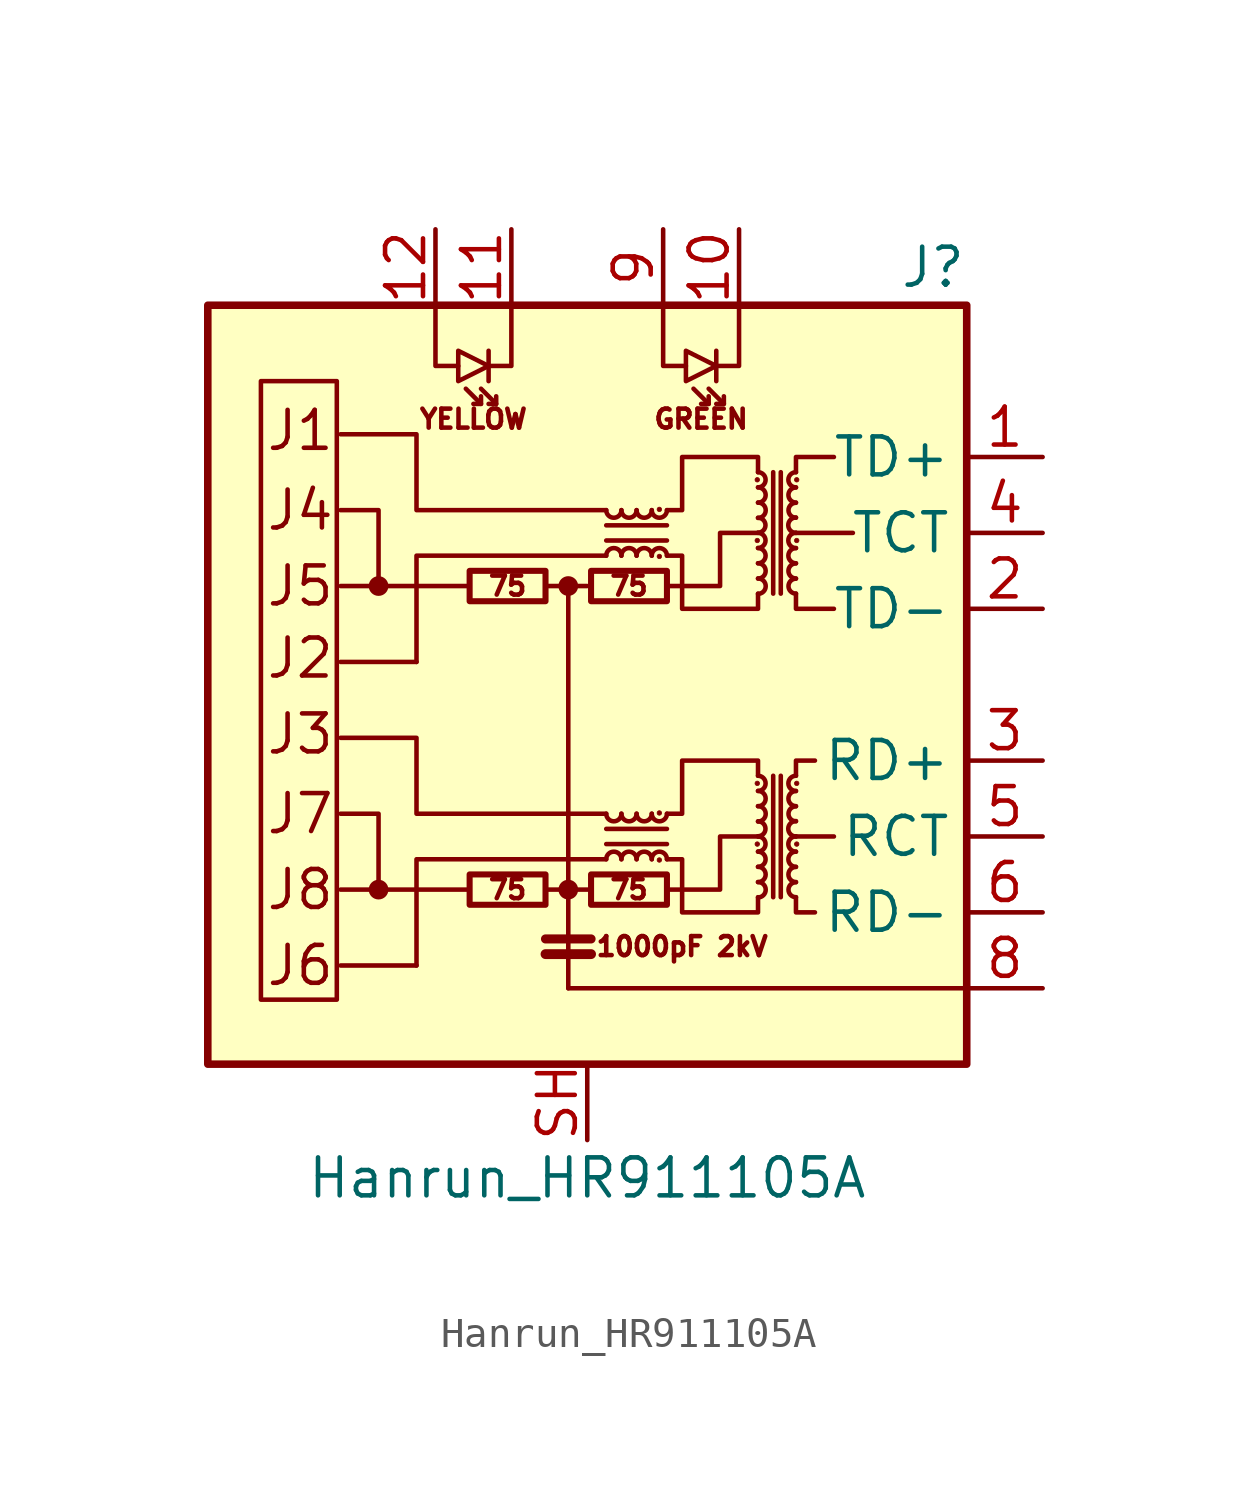
<source format=kicad_sym>
(kicad_symbol_lib
  (version 20231120)
  (generator "kicad_symbol_editor")
  (generator_version "8.0")
  (symbol "Hanrun_HR911105A"
    (property "Reference" "J"
      (at 12.7 13.97 0)
      (effects (font (size 1.27 1.27)) (justify right)))
    (property "Value" "Hanrun_HR911105A"
      (at 0 -16.51 0)
      (effects (font (size 1.27 1.27))))
    (symbol "Hanrun_HR911105A_0_0"
      (rectangle (start -12.7 12.7) (end 12.7 -12.7) (stroke (width 0.254) (type solid)) (fill (type background)))
      (polyline (pts (xy -3.937 -6.858) (xy -8.255 -6.858)) (stroke (width 0) (type solid)) (fill (type none)))
      (polyline (pts (xy -3.937 3.302) (xy -8.255 3.302)) (stroke (width 0) (type solid)) (fill (type none)))
      (polyline (pts (xy -0.635 -10.16) (xy 12.7 -10.16)) (stroke (width 0) (type solid)) (fill (type none)))
      (polyline (pts (xy 8.255 -5.08) (xy 6.985 -5.08)) (stroke (width 0) (type solid)) (fill (type none)))
      (polyline (pts (xy 8.89 5.08) (xy 6.985 5.08)) (stroke (width 0) (type solid)) (fill (type none)))
      (polyline (pts (xy 0.635 -4.318) (xy -5.715 -4.318) (xy -5.715 -1.778) (xy -8.255 -1.778)) (stroke (width 0) (type solid)) (fill (type none)))
      (polyline (pts (xy 0.635 5.842) (xy -5.715 5.842) (xy -5.715 8.382) (xy -8.255 8.382)) (stroke (width 0) (type solid)) (fill (type none)))
      (polyline (pts (xy 2.667 -6.858) (xy 4.445 -6.858) (xy 4.445 -5.08) (xy 5.715 -5.08)) (stroke (width 0) (type solid)) (fill (type none)))
      (polyline (pts (xy 2.667 3.302) (xy 4.445 3.302) (xy 4.445 5.08) (xy 5.715 5.08)) (stroke (width 0) (type solid)) (fill (type none)))
      (text "1000pF 2kV" (at 3.175 -8.763 0) (effects (font (size 0.635 0.635))))
      (text "75" (at -2.667 -6.858 0) (effects (font (size 0.635 0.635))))
      (text "75" (at -2.667 3.302 0) (effects (font (size 0.635 0.635))))
      (text "75" (at 1.397 -6.858 0) (effects (font (size 0.635 0.635))))
      (text "75" (at 1.397 3.302 0) (effects (font (size 0.635 0.635))))
      (text "GREEN" (at 3.81 8.89 0) (effects (font (size 0.635 0.635))))
      (text "J1" (at -10.795 8.509 0) (effects (font (size 1.27 1.27)) (justify left)))
      (text "J2" (at -10.795 0.889 0) (effects (font (size 1.27 1.27)) (justify left)))
      (text "J3" (at -10.795 -1.651 0) (effects (font (size 1.27 1.27)) (justify left)))
      (text "J4" (at -10.795 5.842 0) (effects (font (size 1.27 1.27)) (justify left)))
      (text "J5" (at -10.795 3.302 0) (effects (font (size 1.27 1.27)) (justify left)))
      (text "J6" (at -10.795 -9.398 0) (effects (font (size 1.27 1.27)) (justify left)))
      (text "J7" (at -10.795 -4.318 0) (effects (font (size 1.27 1.27)) (justify left)))
      (text "J8" (at -10.795 -6.858 0) (effects (font (size 1.27 1.27)) (justify left)))
      (text "YELLOW" (at -3.81 8.89 0) (effects (font (size 0.635 0.635)))))
    (symbol "Hanrun_HR911105A_0_1"
      (rectangle (start -8.382 -10.541) (end -10.922 10.16) (stroke (width 0) (type solid)) (fill (type none)))
      (circle (center -6.985 -6.858) (radius 0.254) (stroke (width 0) (type solid)) (fill (type outline)))
      (circle (center -6.985 3.302) (radius 0.254) (stroke (width 0) (type solid)) (fill (type outline)))
      (rectangle (start -3.937 -7.366) (end -1.397 -6.35) (stroke (width 0.203) (type solid)) (fill (type none)))
      (rectangle (start -3.937 2.794) (end -1.397 3.81) (stroke (width 0.203) (type solid)) (fill (type none)))
      (circle (center -0.635 -6.858) (radius 0.254) (stroke (width 0) (type solid)) (fill (type outline)))
      (circle (center -0.635 3.302) (radius 0.254) (stroke (width 0) (type solid)) (fill (type outline)))
      (polyline (pts (xy -5.715 -9.398) (xy -8.255 -9.398)) (stroke (width 0) (type solid)) (fill (type none)))
      (polyline (pts (xy -5.715 0.762) (xy -8.255 0.762)) (stroke (width 0) (type solid)) (fill (type none)))
      (polyline (pts (xy -3.556 9.398) (xy -4.064 9.906)) (stroke (width 0) (type solid)) (fill (type none)))
      (polyline (pts (xy -3.302 11.176) (xy -3.302 10.16)) (stroke (width 0) (type solid)) (fill (type none)))
      (polyline (pts (xy -3.048 9.398) (xy -3.556 9.906)) (stroke (width 0) (type solid)) (fill (type none)))
      (polyline (pts (xy -1.397 -9.017) (xy 0.127 -9.017)) (stroke (width 0.33) (type solid)) (fill (type none)))
      (polyline (pts (xy -1.397 -8.509) (xy 0.127 -8.509)) (stroke (width 0.305) (type solid)) (fill (type none)))
      (polyline (pts (xy -0.635 3.302) (xy -1.397 3.302)) (stroke (width 0) (type solid)) (fill (type none)))
      (polyline (pts (xy 0.127 -6.858) (xy -1.397 -6.858)) (stroke (width 0) (type solid)) (fill (type none)))
      (polyline (pts (xy 0.635 -5.334) (xy 2.667 -5.334)) (stroke (width 0) (type solid)) (fill (type none)))
      (polyline (pts (xy 0.635 4.826) (xy 2.667 4.826)) (stroke (width 0) (type solid)) (fill (type none)))
      (polyline (pts (xy 2.667 -4.826) (xy 0.635 -4.826)) (stroke (width 0) (type solid)) (fill (type none)))
      (polyline (pts (xy 2.667 5.334) (xy 0.635 5.334)) (stroke (width 0) (type solid)) (fill (type none)))
      (polyline (pts (xy 4.064 9.398) (xy 3.556 9.906)) (stroke (width 0) (type solid)) (fill (type none)))
      (polyline (pts (xy 4.318 11.176) (xy 4.318 10.16)) (stroke (width 0) (type solid)) (fill (type none)))
      (polyline (pts (xy 4.572 9.398) (xy 4.064 9.906)) (stroke (width 0) (type solid)) (fill (type none)))
      (polyline (pts (xy 6.223 -3.048) (xy 6.223 -7.112)) (stroke (width 0) (type solid)) (fill (type none)))
      (polyline (pts (xy 6.223 7.112) (xy 6.223 3.048)) (stroke (width 0) (type solid)) (fill (type none)))
      (polyline (pts (xy 6.477 -7.112) (xy 6.477 -3.048)) (stroke (width 0) (type solid)) (fill (type none)))
      (polyline (pts (xy 6.477 3.048) (xy 6.477 7.112)) (stroke (width 0) (type solid)) (fill (type none)))
      (polyline (pts (xy -6.985 -6.858) (xy -6.985 -4.318) (xy -8.255 -4.318)) (stroke (width 0) (type solid)) (fill (type none)))
      (polyline (pts (xy -6.985 3.302) (xy -6.985 5.842) (xy -8.255 5.842)) (stroke (width 0) (type solid)) (fill (type none)))
      (polyline (pts (xy -5.08 12.7) (xy -5.08 10.668) (xy -4.318 10.668)) (stroke (width 0) (type solid)) (fill (type none)))
      (polyline (pts (xy -3.556 9.652) (xy -3.556 9.398) (xy -3.81 9.398)) (stroke (width 0) (type solid)) (fill (type none)))
      (polyline (pts (xy -3.048 9.652) (xy -3.048 9.398) (xy -3.302 9.398)) (stroke (width 0) (type solid)) (fill (type none)))
      (polyline (pts (xy -2.54 12.7) (xy -2.54 10.668) (xy -3.302 10.668)) (stroke (width 0) (type solid)) (fill (type none)))
      (polyline (pts (xy -0.635 -10.16) (xy -0.635 3.302) (xy 0 3.302)) (stroke (width 0) (type solid)) (fill (type none)))
      (polyline (pts (xy 0.635 -5.842) (xy -5.715 -5.842) (xy -5.715 -9.398)) (stroke (width 0) (type solid)) (fill (type none)))
      (polyline (pts (xy 0.635 4.318) (xy -5.715 4.318) (xy -5.715 0.762)) (stroke (width 0) (type solid)) (fill (type none)))
      (polyline (pts (xy 2.54 12.7) (xy 2.54 10.668) (xy 3.302 10.668)) (stroke (width 0) (type solid)) (fill (type none)))
      (polyline (pts (xy 4.064 9.652) (xy 4.064 9.398) (xy 3.81 9.398)) (stroke (width 0) (type solid)) (fill (type none)))
      (polyline (pts (xy 4.572 9.652) (xy 4.572 9.398) (xy 4.318 9.398)) (stroke (width 0) (type solid)) (fill (type none)))
      (polyline (pts (xy 5.08 12.7) (xy 5.08 10.668) (xy 4.318 10.668)) (stroke (width 0) (type solid)) (fill (type none)))
      (polyline (pts (xy 6.985 -7.112) (xy 6.985 -7.62) (xy 7.62 -7.62)) (stroke (width 0) (type solid)) (fill (type none)))
      (polyline (pts (xy 6.985 -3.048) (xy 6.985 -2.54) (xy 7.62 -2.54)) (stroke (width 0) (type solid)) (fill (type none)))
      (polyline (pts (xy 6.985 3.048) (xy 6.985 2.54) (xy 8.255 2.54)) (stroke (width 0) (type solid)) (fill (type none)))
      (polyline (pts (xy 6.985 7.112) (xy 6.985 7.62) (xy 8.255 7.62)) (stroke (width 0) (type solid)) (fill (type none)))
      (polyline (pts (xy -3.302 10.668) (xy -4.318 11.176) (xy -4.318 10.16) (xy -3.302 10.668)) (stroke (width 0) (type solid)) (fill (type none)))
      (polyline (pts (xy 4.318 10.668) (xy 3.302 11.176) (xy 3.302 10.16) (xy 4.318 10.668)) (stroke (width 0) (type solid)) (fill (type none)))
      (polyline (pts (xy 2.667 -4.318) (xy 3.175 -4.318) (xy 3.175 -2.54) (xy 5.715 -2.54) (xy 5.715 -3.048)) (stroke (width 0) (type solid)) (fill (type none)))
      (polyline (pts (xy 2.667 5.842) (xy 3.175 5.842) (xy 3.175 7.62) (xy 5.715 7.62) (xy 5.715 7.112)) (stroke (width 0) (type solid)) (fill (type none)))
      (polyline (pts (xy 5.715 -7.112) (xy 5.715 -7.62) (xy 3.175 -7.62) (xy 3.175 -5.842) (xy 2.667 -5.842)) (stroke (width 0) (type solid)) (fill (type none)))
      (polyline (pts (xy 5.715 3.048) (xy 5.715 2.54) (xy 3.175 2.54) (xy 3.175 4.318) (xy 2.667 4.318)) (stroke (width 0) (type solid)) (fill (type none)))
      (rectangle (start 0.127 -7.366) (end 2.667 -6.35) (stroke (width 0.203) (type solid)) (fill (type none)))
      (rectangle (start 0.127 2.794) (end 2.667 3.81) (stroke (width 0.203) (type solid)) (fill (type none)))
      (arc (start 0.635 -4.318) (mid 0.889 -4.572) (end 1.143 -4.318) (stroke (width 0) (type solid)) (fill (type none)))
      (arc (start 0.635 5.842) (mid 0.889 5.588) (end 1.143 5.842) (stroke (width 0) (type solid)) (fill (type none)))
      (arc (start 1.143 -5.842) (mid 0.889 -5.588) (end 0.635 -5.842) (stroke (width 0) (type solid)) (fill (type none)))
      (arc (start 1.143 -4.318) (mid 1.397 -4.572) (end 1.651 -4.318) (stroke (width 0) (type solid)) (fill (type none)))
      (arc (start 1.143 4.318) (mid 0.889 4.572) (end 0.635 4.318) (stroke (width 0) (type solid)) (fill (type none)))
      (arc (start 1.143 5.842) (mid 1.397 5.588) (end 1.651 5.842) (stroke (width 0) (type solid)) (fill (type none)))
      (arc (start 1.651 -5.842) (mid 1.397 -5.588) (end 1.143 -5.842) (stroke (width 0) (type solid)) (fill (type none)))
      (arc (start 1.651 -4.318) (mid 1.905 -4.572) (end 2.159 -4.318) (stroke (width 0) (type solid)) (fill (type none)))
      (arc (start 1.651 4.318) (mid 1.397 4.572) (end 1.143 4.318) (stroke (width 0) (type solid)) (fill (type none)))
      (arc (start 1.651 5.842) (mid 1.905 5.588) (end 2.159 5.842) (stroke (width 0) (type solid)) (fill (type none)))
      (arc (start 2.159 -5.842) (mid 1.905 -5.588) (end 1.651 -5.842) (stroke (width 0) (type solid)) (fill (type none)))
      (arc (start 2.159 -4.318) (mid 2.413 -4.572) (end 2.667 -4.318) (stroke (width 0) (type solid)) (fill (type none)))
      (arc (start 2.159 4.318) (mid 1.905 4.572) (end 1.651 4.318) (stroke (width 0) (type solid)) (fill (type none)))
      (arc (start 2.159 5.842) (mid 2.413 5.588) (end 2.667 5.842) (stroke (width 0) (type solid)) (fill (type none)))
      (circle (center 2.413 -5.867) (radius 0.076) (stroke (width 0.025) (type solid)) (fill (type outline)))
      (circle (center 2.413 -4.293) (radius 0.076) (stroke (width 0.025) (type solid)) (fill (type outline)))
      (circle (center 2.413 4.293) (radius 0.076) (stroke (width 0.025) (type solid)) (fill (type outline)))
      (circle (center 2.413 5.867) (radius 0.076) (stroke (width 0.025) (type solid)) (fill (type outline)))
      (arc (start 2.667 -5.842) (mid 2.413 -5.588) (end 2.159 -5.842) (stroke (width 0) (type solid)) (fill (type none)))
      (arc (start 2.667 4.318) (mid 2.413 4.572) (end 2.159 4.318) (stroke (width 0) (type solid)) (fill (type none)))
      (circle (center 5.69 -5.334) (radius 0.076) (stroke (width 0.025) (type solid)) (fill (type outline)))
      (circle (center 5.69 -3.302) (radius 0.076) (stroke (width 0.025) (type solid)) (fill (type outline)))
      (circle (center 5.69 4.826) (radius 0.076) (stroke (width 0.025) (type solid)) (fill (type outline)))
      (circle (center 5.69 6.858) (radius 0.076) (stroke (width 0.025) (type solid)) (fill (type outline)))
      (arc (start 5.715 -7.112) (mid 5.969 -6.858) (end 5.715 -6.604) (stroke (width 0) (type solid)) (fill (type none)))
      (arc (start 5.715 -6.604) (mid 5.969 -6.35) (end 5.715 -6.096) (stroke (width 0) (type solid)) (fill (type none)))
      (arc (start 5.715 -6.096) (mid 5.969 -5.842) (end 5.715 -5.588) (stroke (width 0) (type solid)) (fill (type none)))
      (arc (start 5.715 -5.588) (mid 5.969 -5.334) (end 5.715 -5.08) (stroke (width 0) (type solid)) (fill (type none)))
      (arc (start 5.715 -5.08) (mid 5.969 -4.826) (end 5.715 -4.572) (stroke (width 0) (type solid)) (fill (type none)))
      (arc (start 5.715 -4.572) (mid 5.969 -4.318) (end 5.715 -4.064) (stroke (width 0) (type solid)) (fill (type none)))
      (arc (start 5.715 -4.064) (mid 5.969 -3.81) (end 5.715 -3.556) (stroke (width 0) (type solid)) (fill (type none)))
      (arc (start 5.715 -3.556) (mid 5.969 -3.302) (end 5.715 -3.048) (stroke (width 0) (type solid)) (fill (type none)))
      (arc (start 5.715 3.048) (mid 5.969 3.302) (end 5.715 3.556) (stroke (width 0) (type solid)) (fill (type none)))
      (arc (start 5.715 3.556) (mid 5.969 3.81) (end 5.715 4.064) (stroke (width 0) (type solid)) (fill (type none)))
      (arc (start 5.715 4.064) (mid 5.969 4.318) (end 5.715 4.572) (stroke (width 0) (type solid)) (fill (type none)))
      (arc (start 5.715 4.572) (mid 5.969 4.826) (end 5.715 5.08) (stroke (width 0) (type solid)) (fill (type none)))
      (arc (start 5.715 5.08) (mid 5.969 5.334) (end 5.715 5.588) (stroke (width 0) (type solid)) (fill (type none)))
      (arc (start 5.715 5.588) (mid 5.969 5.842) (end 5.715 6.096) (stroke (width 0) (type solid)) (fill (type none)))
      (arc (start 5.715 6.096) (mid 5.969 6.35) (end 5.715 6.604) (stroke (width 0) (type solid)) (fill (type none)))
      (arc (start 5.715 6.604) (mid 5.969 6.858) (end 5.715 7.112) (stroke (width 0) (type solid)) (fill (type none)))
      (arc (start 6.985 -6.604) (mid 6.731 -6.858) (end 6.985 -7.112) (stroke (width 0) (type solid)) (fill (type none)))
      (arc (start 6.985 -6.096) (mid 6.731 -6.35) (end 6.985 -6.604) (stroke (width 0) (type solid)) (fill (type none)))
      (arc (start 6.985 -5.588) (mid 6.731 -5.842) (end 6.985 -6.096) (stroke (width 0) (type solid)) (fill (type none)))
      (arc (start 6.985 -5.08) (mid 6.731 -5.334) (end 6.985 -5.588) (stroke (width 0) (type solid)) (fill (type none)))
      (arc (start 6.985 -4.572) (mid 6.731 -4.826) (end 6.985 -5.08) (stroke (width 0) (type solid)) (fill (type none)))
      (arc (start 6.985 -4.064) (mid 6.731 -4.318) (end 6.985 -4.572) (stroke (width 0) (type solid)) (fill (type none)))
      (arc (start 6.985 -3.556) (mid 6.731 -3.81) (end 6.985 -4.064) (stroke (width 0) (type solid)) (fill (type none)))
      (arc (start 6.985 -3.048) (mid 6.731 -3.302) (end 6.985 -3.556) (stroke (width 0) (type solid)) (fill (type none)))
      (arc (start 6.985 3.556) (mid 6.731 3.302) (end 6.985 3.048) (stroke (width 0) (type solid)) (fill (type none)))
      (arc (start 6.985 4.064) (mid 6.731 3.81) (end 6.985 3.556) (stroke (width 0) (type solid)) (fill (type none)))
      (arc (start 6.985 4.572) (mid 6.731 4.318) (end 6.985 4.064) (stroke (width 0) (type solid)) (fill (type none)))
      (arc (start 6.985 5.08) (mid 6.731 4.826) (end 6.985 4.572) (stroke (width 0) (type solid)) (fill (type none)))
      (arc (start 6.985 5.588) (mid 6.731 5.334) (end 6.985 5.08) (stroke (width 0) (type solid)) (fill (type none)))
      (arc (start 6.985 6.096) (mid 6.731 5.842) (end 6.985 5.588) (stroke (width 0) (type solid)) (fill (type none)))
      (arc (start 6.985 6.604) (mid 6.731 6.35) (end 6.985 6.096) (stroke (width 0) (type solid)) (fill (type none)))
      (arc (start 6.985 7.112) (mid 6.731 6.858) (end 6.985 6.604) (stroke (width 0) (type solid)) (fill (type none)))
      (circle (center 7.01 -5.334) (radius 0.076) (stroke (width 0.025) (type solid)) (fill (type outline)))
      (circle (center 7.01 -3.302) (radius 0.076) (stroke (width 0.025) (type solid)) (fill (type outline)))
      (circle (center 7.01 4.826) (radius 0.076) (stroke (width 0.025) (type solid)) (fill (type outline)))
      (circle (center 7.01 6.858) (radius 0.076) (stroke (width 0.025) (type solid)) (fill (type outline))))
    (symbol "Hanrun_HR911105A_1_1"
      (pin passive line (at 15.24 7.62 180) (length 2.54) (name "TD+" (effects (font (size 1.27 1.27)))) (number "1" (effects (font (size 1.27 1.27)))))
      (pin passive line (at 5.08 15.24 270) (length 2.54) (name "~" (effects (font (size 1.27 1.27)))) (number "10" (effects (font (size 1.27 1.27)))))
      (pin passive line (at -2.54 15.24 270) (length 2.54) (name "~" (effects (font (size 1.27 1.27)))) (number "11" (effects (font (size 1.27 1.27)))))
      (pin passive line (at -5.08 15.24 270) (length 2.54) (name "~" (effects (font (size 1.27 1.27)))) (number "12" (effects (font (size 1.27 1.27)))))
      (pin passive line (at 15.24 2.54 180) (length 2.54) (name "TD-" (effects (font (size 1.27 1.27)))) (number "2" (effects (font (size 1.27 1.27)))))
      (pin passive line (at 15.24 -2.54 180) (length 2.54) (name "RD+" (effects (font (size 1.27 1.27)))) (number "3" (effects (font (size 1.27 1.27)))))
      (pin passive line (at 15.24 5.08 180) (length 2.54) (name "TCT" (effects (font (size 1.27 1.27)))) (number "4" (effects (font (size 1.27 1.27)))))
      (pin passive line (at 15.24 -5.08 180) (length 2.54) (name "RCT" (effects (font (size 1.27 1.27)))) (number "5" (effects (font (size 1.27 1.27)))))
      (pin passive line (at 15.24 -7.62 180) (length 2.54) (name "RD-" (effects (font (size 1.27 1.27)))) (number "6" (effects (font (size 1.27 1.27)))))
      (pin passive line (at 15.24 -10.16 180) (length 2.54) (name "~" (effects (font (size 1.27 1.27)))) (number "8" (effects (font (size 1.27 1.27)))))
      (pin passive line (at 2.54 15.24 270) (length 2.54) (name "~" (effects (font (size 1.27 1.27)))) (number "9" (effects (font (size 1.27 1.27)))))
      (pin passive line (at 0 -15.24 90) (length 2.54) (name "~" (effects (font (size 1.27 1.27)))) (number "SH" (effects (font (size 1.27 1.27))))))))
</source>
